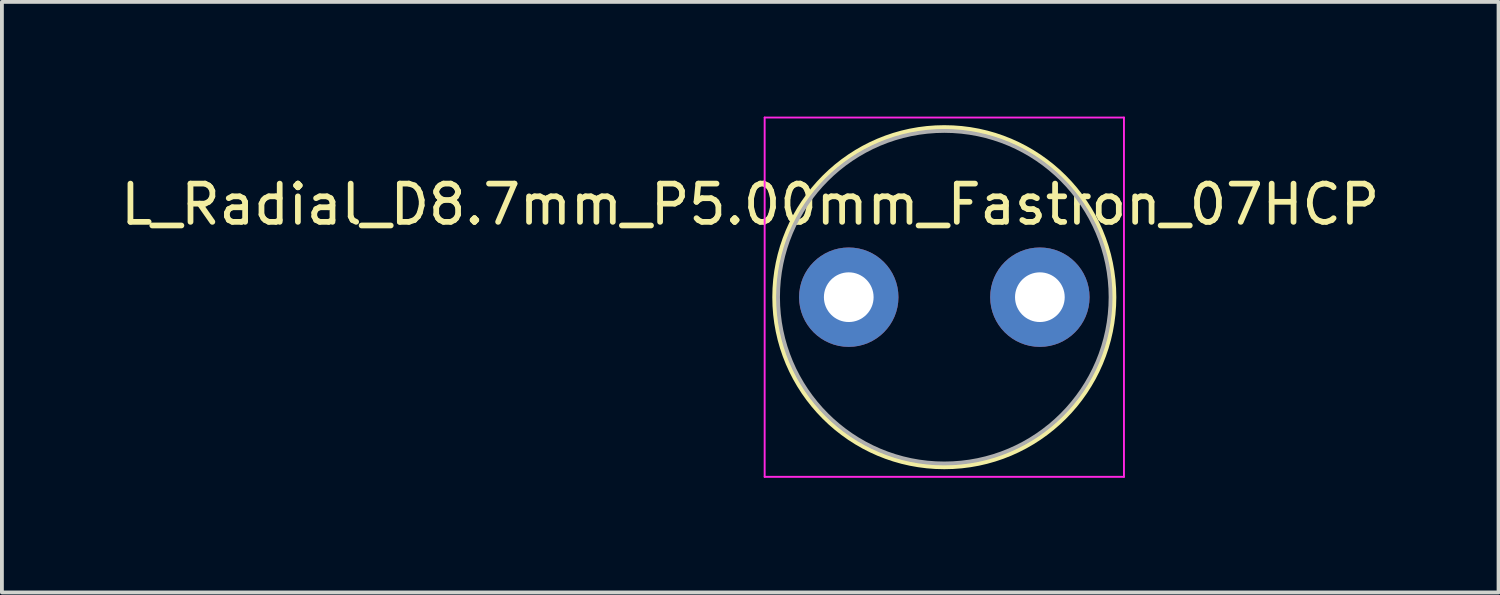
<source format=kicad_pcb>
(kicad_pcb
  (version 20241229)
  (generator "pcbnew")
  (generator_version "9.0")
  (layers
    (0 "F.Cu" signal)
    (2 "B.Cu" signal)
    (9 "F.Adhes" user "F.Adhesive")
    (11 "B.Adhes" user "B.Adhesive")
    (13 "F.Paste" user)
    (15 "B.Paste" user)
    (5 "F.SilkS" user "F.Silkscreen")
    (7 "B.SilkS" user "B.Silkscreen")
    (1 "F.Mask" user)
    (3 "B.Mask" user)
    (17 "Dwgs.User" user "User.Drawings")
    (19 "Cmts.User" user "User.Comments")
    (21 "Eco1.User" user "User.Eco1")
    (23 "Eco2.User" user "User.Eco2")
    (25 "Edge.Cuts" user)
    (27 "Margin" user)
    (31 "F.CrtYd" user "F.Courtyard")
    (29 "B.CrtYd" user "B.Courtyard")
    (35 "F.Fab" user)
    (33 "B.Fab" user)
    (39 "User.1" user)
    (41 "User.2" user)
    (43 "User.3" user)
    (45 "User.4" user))
  (footprint "L_Radial_D8.7mm_P5.00mm_Fastron_07HCP"
    (layer "F.Cu")
    (at 19.155 4.725)
    (property "Reference" "L_Radial_D8.7mm_P5.00mm_Fastron_07HCP" (at -2.578 -2.426 0) (layer "F.SilkS") (effects (font (size 1 1) (thickness 0.15))))
    (attr through_hole)
    (fp_circle (center 2.5 0) (end 6.94 0) (stroke (width 0.12) (type solid)) (fill no) (layer "F.SilkS"))
    (fp_line (start -2.2 -4.7) (end -2.2 4.7) (stroke (width 0.05) (type solid)) (layer "F.CrtYd"))
    (fp_line (start -2.2 4.7) (end 7.2 4.7) (stroke (width 0.05) (type solid)) (layer "F.CrtYd"))
    (fp_line (start 7.2 -4.7) (end -2.2 -4.7) (stroke (width 0.05) (type solid)) (layer "F.CrtYd"))
    (fp_line (start 7.2 4.7) (end 7.2 -4.7) (stroke (width 0.05) (type solid)) (layer "F.CrtYd"))
    (fp_circle (center 2.5 0) (end 6.85 0) (stroke (width 0.1) (type solid)) (fill no) (layer "F.Fab"))
    (pad "1" thru_hole circle (at 0 0) (size 2.6 2.6) (drill 1.3) (layers "*.Cu" "*.Mask"))
    (pad "2" thru_hole circle (at 5 0) (size 2.6 2.6) (drill 1.3) (layers "*.Cu" "*.Mask")))
  (gr_rect
    (start -3 -3)
    (end 36.155 12.45)
    (stroke (width 0.1) (type default))
    (fill no)
    (layer "Edge.Cuts")))
</source>
